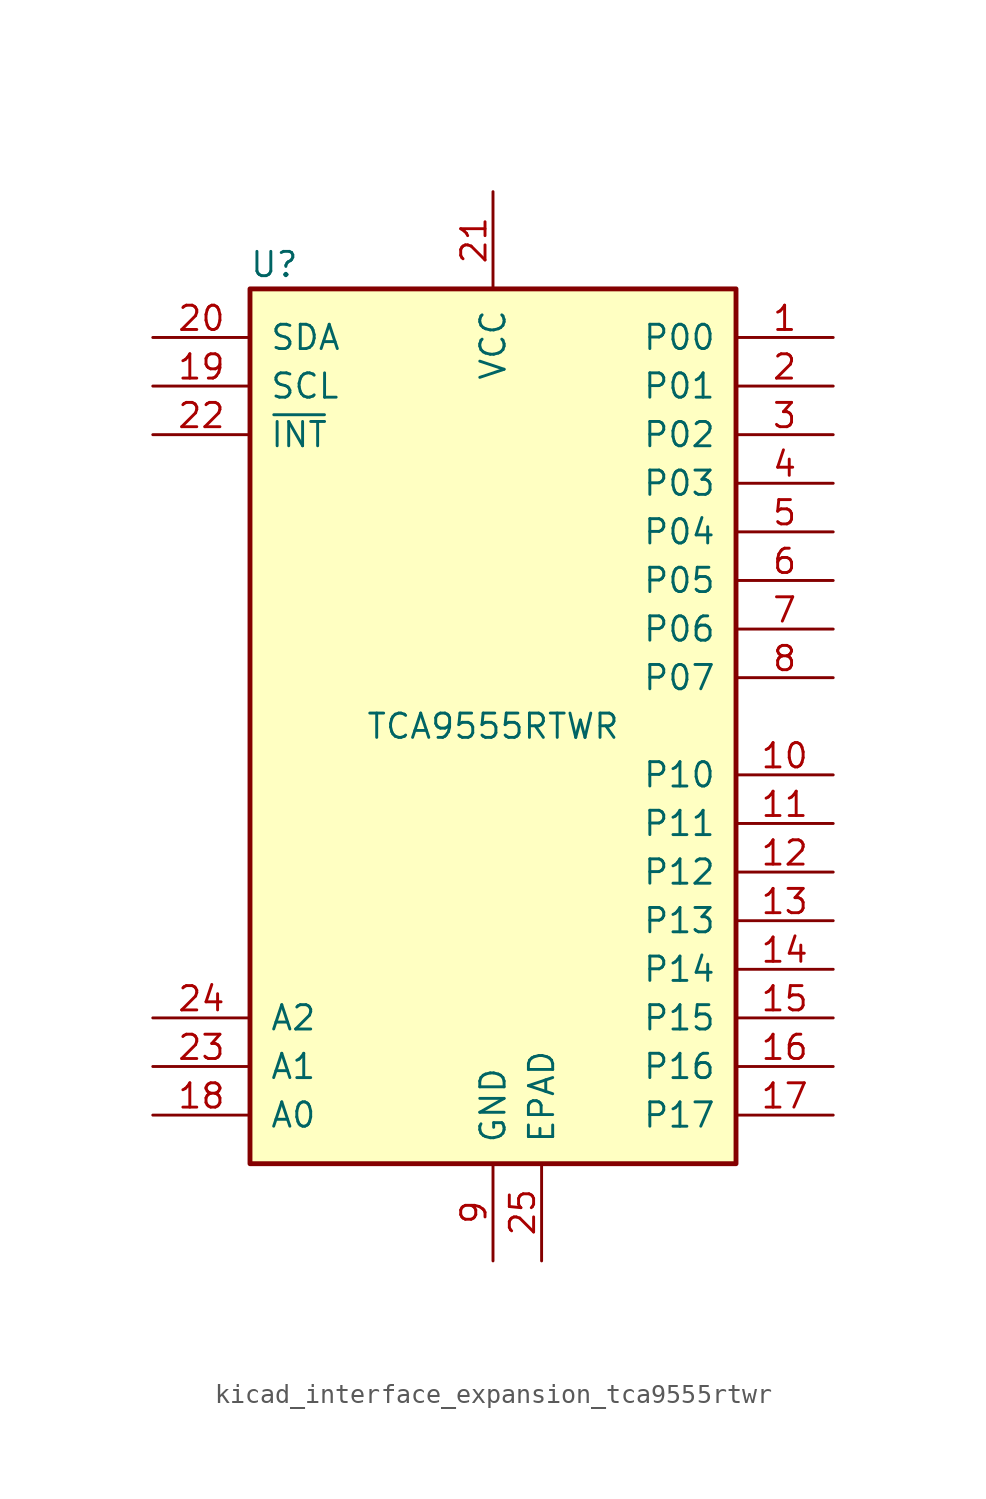
<source format=kicad_sym>
(kicad_symbol_lib
  (version 20220914)
  (generator kicad_symbol_editor)
  (symbol "kicad_interface_expansion_tca9555rtwr"
    (pin_names
      (offset 1.016))
    (property "Reference" "U"
      (at -11.43 24.13 0)
      (effects (font (size 1.27 1.27))))
    (property "Value" "TCA9555RTWR"
      (at 0 0 0)
      (effects (font (size 1.27 1.27))))
    (symbol "kicad_interface_expansion_tca9555rtwr_0_1"
      (rectangle (start -12.7 22.86) (end 12.7 -22.86) (stroke (width 0.254) (type default)) (fill (type background))))
    (symbol "kicad_interface_expansion_tca9555rtwr_1_1"
      (pin bidirectional line (at 17.78 20.32 180) (length 5.08) (name "P00" (effects (font (size 1.27 1.27)))) (number "1" (effects (font (size 1.27 1.27)))))
      (pin bidirectional line (at 17.78 -2.54 180) (length 5.08) (name "P10" (effects (font (size 1.27 1.27)))) (number "10" (effects (font (size 1.27 1.27)))))
      (pin bidirectional line (at 17.78 -5.08 180) (length 5.08) (name "P11" (effects (font (size 1.27 1.27)))) (number "11" (effects (font (size 1.27 1.27)))))
      (pin bidirectional line (at 17.78 -7.62 180) (length 5.08) (name "P12" (effects (font (size 1.27 1.27)))) (number "12" (effects (font (size 1.27 1.27)))))
      (pin bidirectional line (at 17.78 -10.16 180) (length 5.08) (name "P13" (effects (font (size 1.27 1.27)))) (number "13" (effects (font (size 1.27 1.27)))))
      (pin bidirectional line (at 17.78 -12.7 180) (length 5.08) (name "P14" (effects (font (size 1.27 1.27)))) (number "14" (effects (font (size 1.27 1.27)))))
      (pin bidirectional line (at 17.78 -15.24 180) (length 5.08) (name "P15" (effects (font (size 1.27 1.27)))) (number "15" (effects (font (size 1.27 1.27)))))
      (pin bidirectional line (at 17.78 -17.78 180) (length 5.08) (name "P16" (effects (font (size 1.27 1.27)))) (number "16" (effects (font (size 1.27 1.27)))))
      (pin bidirectional line (at 17.78 -20.32 180) (length 5.08) (name "P17" (effects (font (size 1.27 1.27)))) (number "17" (effects (font (size 1.27 1.27)))))
      (pin input line (at -17.78 -20.32 0) (length 5.08) (name "A0" (effects (font (size 1.27 1.27)))) (number "18" (effects (font (size 1.27 1.27)))))
      (pin input line (at -17.78 17.78 0) (length 5.08) (name "SCL" (effects (font (size 1.27 1.27)))) (number "19" (effects (font (size 1.27 1.27)))))
      (pin bidirectional line (at 17.78 17.78 180) (length 5.08) (name "P01" (effects (font (size 1.27 1.27)))) (number "2" (effects (font (size 1.27 1.27)))))
      (pin bidirectional line (at -17.78 20.32 0) (length 5.08) (name "SDA" (effects (font (size 1.27 1.27)))) (number "20" (effects (font (size 1.27 1.27)))))
      (pin power_in line (at 0 27.94 270) (length 5.08) (name "VCC" (effects (font (size 1.27 1.27)))) (number "21" (effects (font (size 1.27 1.27)))))
      (pin open_collector line (at -17.78 15.24 0) (length 5.08) (name "~{INT}" (effects (font (size 1.27 1.27)))) (number "22" (effects (font (size 1.27 1.27)))))
      (pin input line (at -17.78 -17.78 0) (length 5.08) (name "A1" (effects (font (size 1.27 1.27)))) (number "23" (effects (font (size 1.27 1.27)))))
      (pin input line (at -17.78 -15.24 0) (length 5.08) (name "A2" (effects (font (size 1.27 1.27)))) (number "24" (effects (font (size 1.27 1.27)))))
      (pin input line (at 2.54 -27.94 90) (length 5.08) (name "EPAD" (effects (font (size 1.27 1.27)))) (number "25" (effects (font (size 1.27 1.27)))))
      (pin bidirectional line (at 17.78 15.24 180) (length 5.08) (name "P02" (effects (font (size 1.27 1.27)))) (number "3" (effects (font (size 1.27 1.27)))))
      (pin bidirectional line (at 17.78 12.7 180) (length 5.08) (name "P03" (effects (font (size 1.27 1.27)))) (number "4" (effects (font (size 1.27 1.27)))))
      (pin bidirectional line (at 17.78 10.16 180) (length 5.08) (name "P04" (effects (font (size 1.27 1.27)))) (number "5" (effects (font (size 1.27 1.27)))))
      (pin bidirectional line (at 17.78 7.62 180) (length 5.08) (name "P05" (effects (font (size 1.27 1.27)))) (number "6" (effects (font (size 1.27 1.27)))))
      (pin bidirectional line (at 17.78 5.08 180) (length 5.08) (name "P06" (effects (font (size 1.27 1.27)))) (number "7" (effects (font (size 1.27 1.27)))))
      (pin bidirectional line (at 17.78 2.54 180) (length 5.08) (name "P07" (effects (font (size 1.27 1.27)))) (number "8" (effects (font (size 1.27 1.27)))))
      (pin power_in line (at 0 -27.94 90) (length 5.08) (name "GND" (effects (font (size 1.27 1.27)))) (number "9" (effects (font (size 1.27 1.27))))))))
</source>
